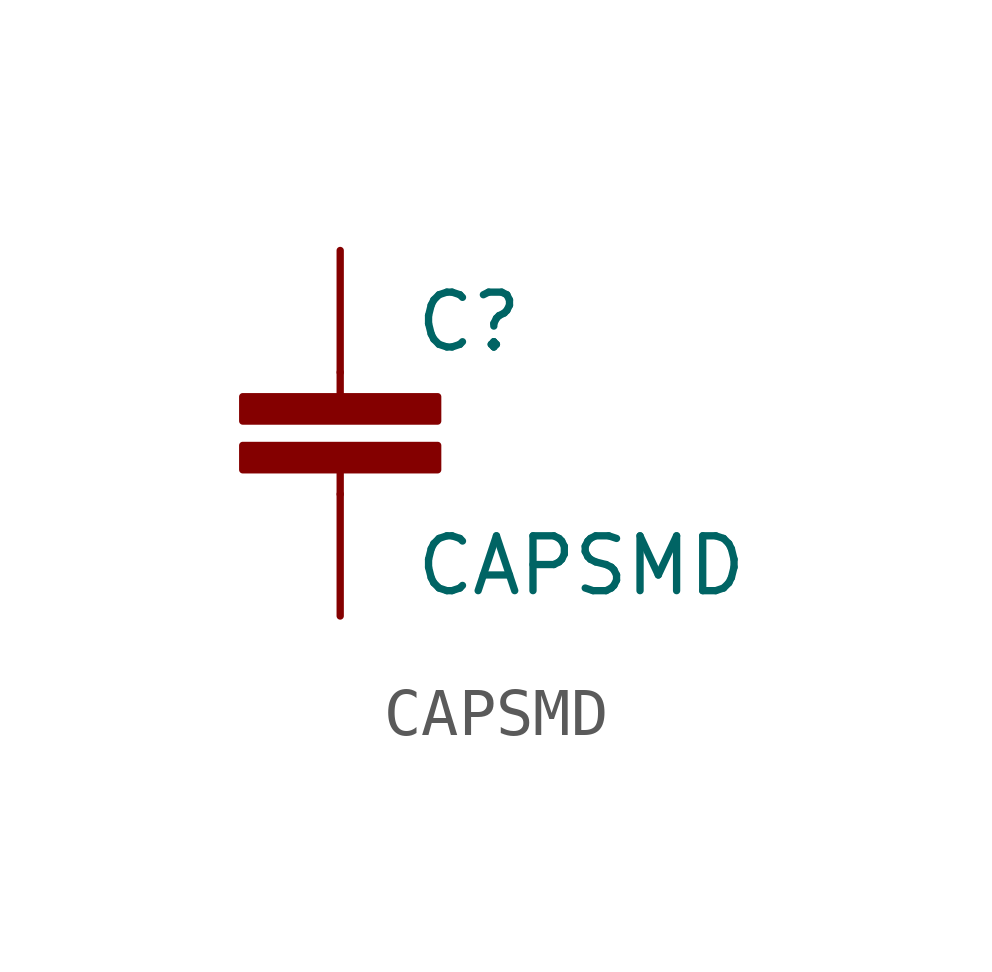
<source format=kicad_sym>
(kicad_symbol_lib
  (version 20211014)
  (generator kicad_symbol_editor)
  (symbol "CAPSMD"
    (pin_numbers hide)
    (pin_names
      (offset 1.016) hide)
    (property "Reference" "C"
      (at 1.524 2.921 0)
      (effects (font (size 1.143 1.143)) (justify left bottom)))
    (property "Value" "CAPSMD"
      (at 1.524 -2.159 0)
      (effects (font (size 1.143 1.143)) (justify left bottom)))
    (property "ki_locked" ""
      (at 0 0 0)
      (effects (font (size 1.27 1.27))))
    (symbol "CAPSMD_1_0"
      (polyline (pts (xy 0 0) (xy 0 0.508)) (stroke (width 0) (type default) (color 0 0 0 0)) (fill (type none)))
      (polyline (pts (xy 0 2.54) (xy 0 2.032)) (stroke (width 0) (type default) (color 0 0 0 0)) (fill (type none))))
    (symbol "CAPSMD_1_1"
      (rectangle (start -2.032 0.508) (end 2.032 1.016) (stroke (width 0) (type default) (color 0 0 0 0)) (fill (type outline)))
      (rectangle (start -2.032 1.524) (end 2.032 2.032) (stroke (width 0) (type default) (color 0 0 0 0)) (fill (type outline)))
      (pin passive line (at 0 5.08 270) (length 2.54) (name "1" (effects (font (size 1.016 1.016)))) (number "A" (effects (font (size 1.016 1.016)))))
      (pin passive line (at 0 -2.54 90) (length 2.54) (name "2" (effects (font (size 1.016 1.016)))) (number "C" (effects (font (size 1.016 1.016))))))))
</source>
